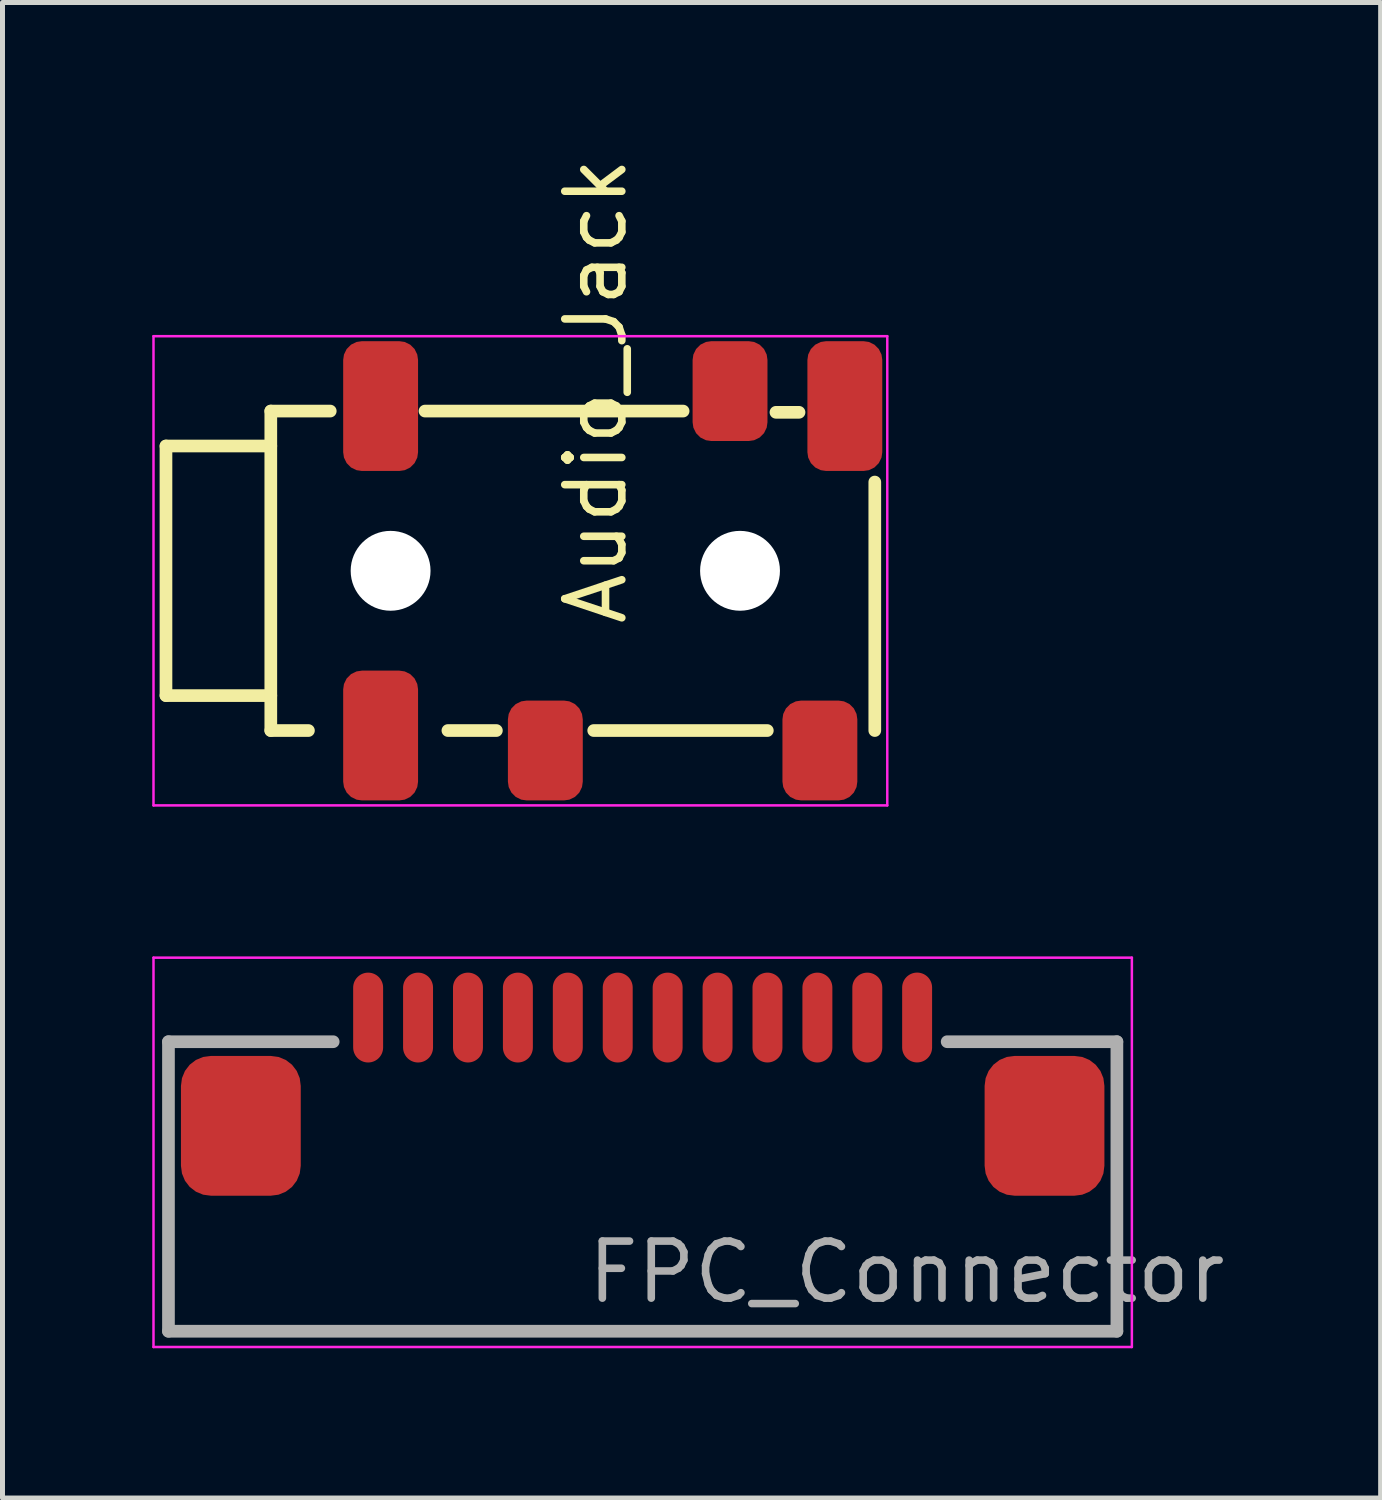
<source format=kicad_pcb>
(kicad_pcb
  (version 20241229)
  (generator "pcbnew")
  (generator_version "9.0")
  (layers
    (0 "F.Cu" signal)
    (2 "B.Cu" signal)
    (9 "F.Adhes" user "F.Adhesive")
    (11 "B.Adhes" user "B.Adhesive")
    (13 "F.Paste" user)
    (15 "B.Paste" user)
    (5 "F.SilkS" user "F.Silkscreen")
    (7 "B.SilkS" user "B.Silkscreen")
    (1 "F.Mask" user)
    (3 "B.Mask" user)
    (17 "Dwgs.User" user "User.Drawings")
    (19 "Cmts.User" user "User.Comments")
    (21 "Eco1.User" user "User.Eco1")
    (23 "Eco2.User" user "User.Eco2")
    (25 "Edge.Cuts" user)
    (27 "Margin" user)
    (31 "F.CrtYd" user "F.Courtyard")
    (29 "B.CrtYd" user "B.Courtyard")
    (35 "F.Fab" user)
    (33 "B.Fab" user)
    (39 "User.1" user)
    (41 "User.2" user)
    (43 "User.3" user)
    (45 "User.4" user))
  (footprint "Audio_Jack"
    (layer "F.Cu")
    (at 9.225 8.385)
    (property "Reference" "Audio_Jack" (at -0.339 1.15 90) (layer "F.SilkS") (effects (font (size 1.143 1.143) (thickness 0.152)) (justify left)))
    (attr smd)
    (fp_line (start -8.95 -2.5) (end -8.95 2.5) (stroke (width 0.254) (type solid)) (layer "F.SilkS"))
    (fp_line (start -8.95 -2.5) (end -6.85 -2.5) (stroke (width 0.254) (type solid)) (layer "F.SilkS"))
    (fp_line (start -8.95 2.5) (end -6.85 2.5) (stroke (width 0.254) (type solid)) (layer "F.SilkS"))
    (fp_line (start -6.85 -3.2) (end -6.85 3.2) (stroke (width 0.254) (type solid)) (layer "F.SilkS"))
    (fp_line (start -6.85 -3.2) (end -5.659 -3.2) (stroke (width 0.254) (type solid)) (layer "F.SilkS"))
    (fp_line (start -6.85 3.2) (end -6.096 3.2) (stroke (width 0.254) (type solid)) (layer "F.SilkS"))
    (fp_line (start -3.761 -3.2) (end 1.41 -3.2) (stroke (width 0.254) (type solid)) (layer "F.SilkS"))
    (fp_line (start -3.302 3.2) (end -2.331 3.2) (stroke (width 0.254) (type solid)) (layer "F.SilkS"))
    (fp_line (start -0.381 3.2) (end 3.097 3.2) (stroke (width 0.254) (type solid)) (layer "F.SilkS"))
    (fp_line (start 3.27 -3.175) (end 3.732 -3.175) (stroke (width 0.254) (type solid)) (layer "F.SilkS"))
    (fp_line (start 5.25 -1.778) (end 5.25 3.2) (stroke (width 0.254) (type solid)) (layer "F.SilkS"))
    (fp_line (start -9.2 -4.7) (end -9.2 4.7) (stroke (width 0.05) (type solid)) (layer "F.CrtYd"))
    (fp_line (start -9.2 4.7) (end 5.5 4.7) (stroke (width 0.05) (type solid)) (layer "F.CrtYd"))
    (fp_line (start 5.5 -4.7) (end -9.2 -4.7) (stroke (width 0.05) (type solid)) (layer "F.CrtYd"))
    (fp_line (start 5.5 4.7) (end 5.5 -4.7) (stroke (width 0.05) (type solid)) (layer "F.CrtYd"))
    (pad "" np_thru_hole circle (at -4.45 0 90) (size 1.6 1.6) (drill 1.6) (layers "*.Cu" "*.Mask"))
    (pad "" np_thru_hole circle (at 2.55 0 90) (size 1.6 1.6) (drill 1.6) (layers "*.Cu" "*.Mask"))
    (pad "G" smd roundrect (at -4.65 3.3 90) (size 2.6 1.5) (layers "F.Cu" "F.Mask" "F.Paste") (roundrect_rratio 0.25))
    (pad "R" smd roundrect (at -1.35 3.6 90) (size 2 1.5) (layers "F.Cu" "F.Mask" "F.Paste") (roundrect_rratio 0.25))
    (pad "RN" smd roundrect (at 4.15 3.6 90) (size 2 1.5) (layers "F.Cu" "F.Mask" "F.Paste") (roundrect_rratio 0.25))
    (pad "S" smd roundrect (at -4.65 -3.3 90) (size 2.6 1.5) (layers "F.Cu" "F.Mask" "F.Paste") (roundrect_rratio 0.25))
    (pad "T" smd roundrect (at 2.35 -3.6 90) (size 2 1.5) (layers "F.Cu" "F.Mask" "F.Paste") (roundrect_rratio 0.25))
    (pad "TN" smd roundrect (at 4.65 -3.3 90) (size 2.6 1.5) (layers "F.Cu" "F.Mask" "F.Paste") (roundrect_rratio 0.25)))
  (footprint "FPC_Connector"
    (layer "F.Cu")
    (at 9.825 17.335)
    (property "Reference" "FPC_Connector" (at -1.18 5.1 180) (layer "F.Fab") (effects (font (size 1.143 1.143) (thickness 0.152)) (justify left)))
    (attr smd)
    (fp_line (start -9.8 -1.2) (end -9.8 6.6) (stroke (width 0.05) (type solid)) (layer "F.CrtYd"))
    (fp_line (start -9.8 6.6) (end 9.8 6.6) (stroke (width 0.05) (type solid)) (layer "F.CrtYd"))
    (fp_line (start 9.8 -1.2) (end -9.8 -1.2) (stroke (width 0.05) (type solid)) (layer "F.CrtYd"))
    (fp_line (start 9.8 6.6) (end 9.8 -1.2) (stroke (width 0.05) (type solid)) (layer "F.CrtYd"))
    (fp_line (start -9.5 0.484) (end -6.2 0.484) (stroke (width 0.254) (type solid)) (layer "F.Fab"))
    (fp_line (start -9.5 6.284) (end -9.5 0.484) (stroke (width 0.254) (type solid)) (layer "F.Fab"))
    (fp_line (start 9.5 0.484) (end 6.1 0.484) (stroke (width 0.254) (type solid)) (layer "F.Fab"))
    (fp_line (start 9.5 6.284) (end -9.5 6.284) (stroke (width 0.254) (type solid)) (layer "F.Fab"))
    (fp_line (start 9.5 6.284) (end 9.5 0.484) (stroke (width 0.254) (type solid)) (layer "F.Fab"))
    (pad "1" smd oval (at -5.5 0 180) (size 0.6 1.8) (layers "F.Cu" "F.Mask" "F.Paste"))
    (pad "2" smd oval (at -4.5 0 180) (size 0.6 1.8) (layers "F.Cu" "F.Mask" "F.Paste"))
    (pad "3" smd oval (at -3.5 0 180) (size 0.6 1.8) (layers "F.Cu" "F.Mask" "F.Paste"))
    (pad "4" smd oval (at -2.5 0 180) (size 0.6 1.8) (layers "F.Cu" "F.Mask" "F.Paste"))
    (pad "5" smd oval (at -1.5 0 180) (size 0.6 1.8) (layers "F.Cu" "F.Mask" "F.Paste"))
    (pad "6" smd oval (at -0.5 0 180) (size 0.6 1.8) (layers "F.Cu" "F.Mask" "F.Paste"))
    (pad "7" smd oval (at 0.5 0 180) (size 0.6 1.8) (layers "F.Cu" "F.Mask" "F.Paste"))
    (pad "8" smd oval (at 1.5 0 180) (size 0.6 1.8) (layers "F.Cu" "F.Mask" "F.Paste"))
    (pad "9" smd oval (at 2.5 0 180) (size 0.6 1.8) (layers "F.Cu" "F.Mask" "F.Paste"))
    (pad "10" smd oval (at 3.5 0 180) (size 0.6 1.8) (layers "F.Cu" "F.Mask" "F.Paste"))
    (pad "11" smd oval (at 4.5 0 180) (size 0.6 1.8) (layers "F.Cu" "F.Mask" "F.Paste"))
    (pad "12" smd oval (at 5.498 -0.001 180) (size 0.6 1.8) (layers "F.Cu" "F.Mask" "F.Paste"))
    (pad "13" smd roundrect (at -8.05 2.169) (size 2.4 2.8) (layers "F.Cu" "F.Mask" "F.Paste") (roundrect_rratio 0.25))
    (pad "14" smd roundrect (at 8.05 2.169) (size 2.4 2.8) (layers "F.Cu" "F.Mask" "F.Paste") (roundrect_rratio 0.25) (chamfer_ratio 0.2) (chamfer)))
  (gr_rect
    (start -3 -3)
    (end 24.609 26.96)
    (stroke (width 0.1) (type default))
    (fill no)
    (layer "Edge.Cuts")))
</source>
